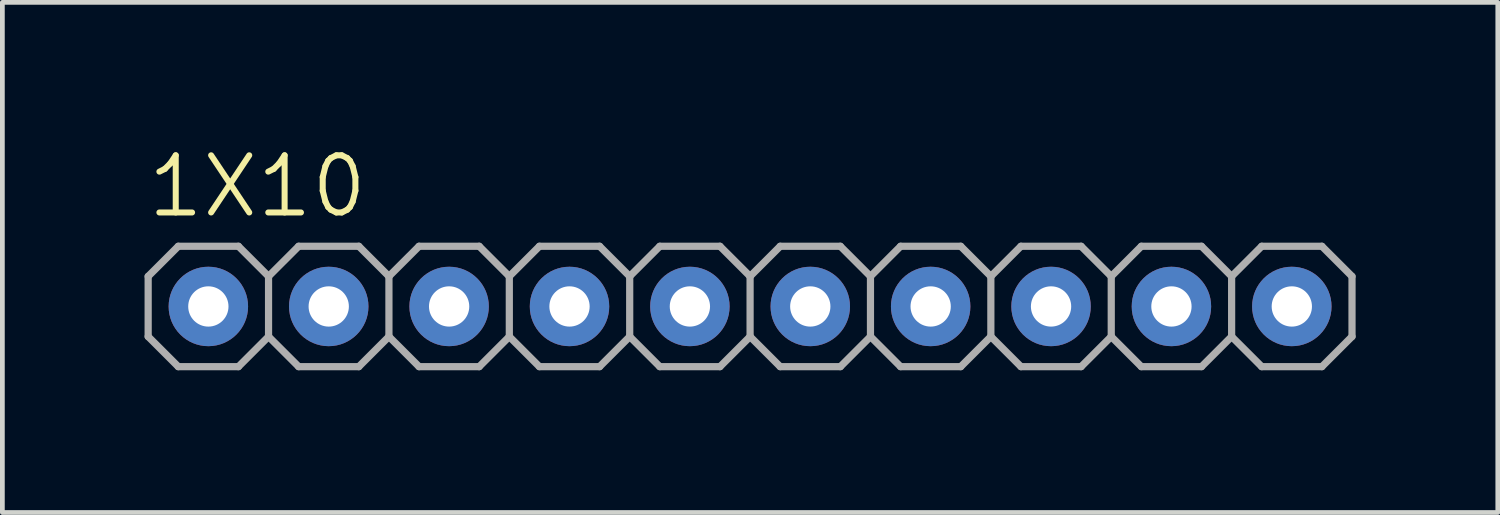
<source format=kicad_pcb>
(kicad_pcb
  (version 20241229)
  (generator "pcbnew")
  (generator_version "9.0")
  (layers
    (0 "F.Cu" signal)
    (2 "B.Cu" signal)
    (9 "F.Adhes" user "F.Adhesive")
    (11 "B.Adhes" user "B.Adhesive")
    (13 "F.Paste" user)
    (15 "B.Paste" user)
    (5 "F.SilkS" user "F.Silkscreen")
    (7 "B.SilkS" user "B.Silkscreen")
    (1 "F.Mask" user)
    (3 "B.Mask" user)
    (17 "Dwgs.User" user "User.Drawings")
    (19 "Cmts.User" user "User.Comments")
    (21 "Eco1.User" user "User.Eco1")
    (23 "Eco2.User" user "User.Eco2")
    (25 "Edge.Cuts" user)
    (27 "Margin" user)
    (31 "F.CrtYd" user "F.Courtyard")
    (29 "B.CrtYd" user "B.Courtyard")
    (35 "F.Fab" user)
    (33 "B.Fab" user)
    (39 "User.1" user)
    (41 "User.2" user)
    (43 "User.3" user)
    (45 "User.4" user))
  (footprint "1X10"
    (layer "F.Cu")
    (at 12.776 3.416)
    (property "Reference" "1X10" (at -12.776 -1.829 0) (layer "F.SilkS") (effects (font (size 1.206 1.206) (thickness 0.127)) (justify left bottom)))
    (attr through_hole)
    (fp_line (start -12.7 -0.635) (end -12.7 0.635) (stroke (width 0.152) (type solid)) (layer "F.Fab"))
    (fp_line (start -12.7 0.635) (end -12.065 1.27) (stroke (width 0.152) (type solid)) (layer "F.Fab"))
    (fp_line (start -12.065 -1.27) (end -12.7 -0.635) (stroke (width 0.152) (type solid)) (layer "F.Fab"))
    (fp_line (start -12.065 -1.27) (end -10.795 -1.27) (stroke (width 0.152) (type solid)) (layer "F.Fab"))
    (fp_line (start -10.795 -1.27) (end -10.16 -0.635) (stroke (width 0.152) (type solid)) (layer "F.Fab"))
    (fp_line (start -10.795 1.27) (end -12.065 1.27) (stroke (width 0.152) (type solid)) (layer "F.Fab"))
    (fp_line (start -10.16 -0.635) (end -10.16 0.635) (stroke (width 0.152) (type solid)) (layer "F.Fab"))
    (fp_line (start -10.16 -0.635) (end -9.525 -1.27) (stroke (width 0.152) (type solid)) (layer "F.Fab"))
    (fp_line (start -10.16 0.635) (end -10.795 1.27) (stroke (width 0.152) (type solid)) (layer "F.Fab"))
    (fp_line (start -9.525 -1.27) (end -8.255 -1.27) (stroke (width 0.152) (type solid)) (layer "F.Fab"))
    (fp_line (start -9.525 1.27) (end -10.16 0.635) (stroke (width 0.152) (type solid)) (layer "F.Fab"))
    (fp_line (start -8.255 -1.27) (end -7.62 -0.635) (stroke (width 0.152) (type solid)) (layer "F.Fab"))
    (fp_line (start -8.255 1.27) (end -9.525 1.27) (stroke (width 0.152) (type solid)) (layer "F.Fab"))
    (fp_line (start -7.62 -0.635) (end -7.62 0.635) (stroke (width 0.152) (type solid)) (layer "F.Fab"))
    (fp_line (start -7.62 -0.635) (end -6.985 -1.27) (stroke (width 0.152) (type solid)) (layer "F.Fab"))
    (fp_line (start -7.62 0.635) (end -8.255 1.27) (stroke (width 0.152) (type solid)) (layer "F.Fab"))
    (fp_line (start -6.985 -1.27) (end -5.715 -1.27) (stroke (width 0.152) (type solid)) (layer "F.Fab"))
    (fp_line (start -6.985 1.27) (end -7.62 0.635) (stroke (width 0.152) (type solid)) (layer "F.Fab"))
    (fp_line (start -5.715 -1.27) (end -5.08 -0.635) (stroke (width 0.152) (type solid)) (layer "F.Fab"))
    (fp_line (start -5.715 1.27) (end -6.985 1.27) (stroke (width 0.152) (type solid)) (layer "F.Fab"))
    (fp_line (start -5.08 -0.635) (end -5.08 0.635) (stroke (width 0.152) (type solid)) (layer "F.Fab"))
    (fp_line (start -5.08 0.635) (end -5.715 1.27) (stroke (width 0.152) (type solid)) (layer "F.Fab"))
    (fp_line (start -5.08 0.635) (end -4.445 1.27) (stroke (width 0.152) (type solid)) (layer "F.Fab"))
    (fp_line (start -4.445 -1.27) (end -5.08 -0.635) (stroke (width 0.152) (type solid)) (layer "F.Fab"))
    (fp_line (start -4.445 -1.27) (end -3.175 -1.27) (stroke (width 0.152) (type solid)) (layer "F.Fab"))
    (fp_line (start -3.175 -1.27) (end -2.54 -0.635) (stroke (width 0.152) (type solid)) (layer "F.Fab"))
    (fp_line (start -3.175 1.27) (end -4.445 1.27) (stroke (width 0.152) (type solid)) (layer "F.Fab"))
    (fp_line (start -2.54 -0.635) (end -2.54 0.635) (stroke (width 0.152) (type solid)) (layer "F.Fab"))
    (fp_line (start -2.54 -0.635) (end -1.905 -1.27) (stroke (width 0.152) (type solid)) (layer "F.Fab"))
    (fp_line (start -2.54 0.635) (end -3.175 1.27) (stroke (width 0.152) (type solid)) (layer "F.Fab"))
    (fp_line (start -1.905 -1.27) (end -0.635 -1.27) (stroke (width 0.152) (type solid)) (layer "F.Fab"))
    (fp_line (start -1.905 1.27) (end -2.54 0.635) (stroke (width 0.152) (type solid)) (layer "F.Fab"))
    (fp_line (start -0.635 -1.27) (end 0 -0.635) (stroke (width 0.152) (type solid)) (layer "F.Fab"))
    (fp_line (start -0.635 1.27) (end -1.905 1.27) (stroke (width 0.152) (type solid)) (layer "F.Fab"))
    (fp_line (start 0 -0.635) (end 0 0.635) (stroke (width 0.152) (type solid)) (layer "F.Fab"))
    (fp_line (start 0 -0.635) (end 0.635 -1.27) (stroke (width 0.152) (type solid)) (layer "F.Fab"))
    (fp_line (start 0 0.635) (end -0.635 1.27) (stroke (width 0.152) (type solid)) (layer "F.Fab"))
    (fp_line (start 0.635 -1.27) (end 1.905 -1.27) (stroke (width 0.152) (type solid)) (layer "F.Fab"))
    (fp_line (start 0.635 1.27) (end 0 0.635) (stroke (width 0.152) (type solid)) (layer "F.Fab"))
    (fp_line (start 1.905 -1.27) (end 2.54 -0.635) (stroke (width 0.152) (type solid)) (layer "F.Fab"))
    (fp_line (start 1.905 1.27) (end 0.635 1.27) (stroke (width 0.152) (type solid)) (layer "F.Fab"))
    (fp_line (start 2.54 -0.635) (end 2.54 0.635) (stroke (width 0.152) (type solid)) (layer "F.Fab"))
    (fp_line (start 2.54 0.635) (end 1.905 1.27) (stroke (width 0.152) (type solid)) (layer "F.Fab"))
    (fp_line (start 2.54 0.635) (end 3.175 1.27) (stroke (width 0.152) (type solid)) (layer "F.Fab"))
    (fp_line (start 3.175 -1.27) (end 2.54 -0.635) (stroke (width 0.152) (type solid)) (layer "F.Fab"))
    (fp_line (start 3.175 -1.27) (end 4.445 -1.27) (stroke (width 0.152) (type solid)) (layer "F.Fab"))
    (fp_line (start 4.445 -1.27) (end 5.08 -0.635) (stroke (width 0.152) (type solid)) (layer "F.Fab"))
    (fp_line (start 4.445 1.27) (end 3.175 1.27) (stroke (width 0.152) (type solid)) (layer "F.Fab"))
    (fp_line (start 5.08 -0.635) (end 5.08 0.635) (stroke (width 0.152) (type solid)) (layer "F.Fab"))
    (fp_line (start 5.08 -0.635) (end 5.715 -1.27) (stroke (width 0.152) (type solid)) (layer "F.Fab"))
    (fp_line (start 5.08 0.635) (end 4.445 1.27) (stroke (width 0.152) (type solid)) (layer "F.Fab"))
    (fp_line (start 5.715 -1.27) (end 6.985 -1.27) (stroke (width 0.152) (type solid)) (layer "F.Fab"))
    (fp_line (start 5.715 1.27) (end 5.08 0.635) (stroke (width 0.152) (type solid)) (layer "F.Fab"))
    (fp_line (start 6.985 -1.27) (end 7.62 -0.635) (stroke (width 0.152) (type solid)) (layer "F.Fab"))
    (fp_line (start 6.985 1.27) (end 5.715 1.27) (stroke (width 0.152) (type solid)) (layer "F.Fab"))
    (fp_line (start 7.62 -0.635) (end 7.62 0.635) (stroke (width 0.152) (type solid)) (layer "F.Fab"))
    (fp_line (start 7.62 -0.635) (end 8.255 -1.27) (stroke (width 0.152) (type solid)) (layer "F.Fab"))
    (fp_line (start 7.62 0.635) (end 6.985 1.27) (stroke (width 0.152) (type solid)) (layer "F.Fab"))
    (fp_line (start 8.255 -1.27) (end 9.525 -1.27) (stroke (width 0.152) (type solid)) (layer "F.Fab"))
    (fp_line (start 8.255 1.27) (end 7.62 0.635) (stroke (width 0.152) (type solid)) (layer "F.Fab"))
    (fp_line (start 9.525 -1.27) (end 10.16 -0.635) (stroke (width 0.152) (type solid)) (layer "F.Fab"))
    (fp_line (start 9.525 1.27) (end 8.255 1.27) (stroke (width 0.152) (type solid)) (layer "F.Fab"))
    (fp_line (start 10.16 -0.635) (end 10.16 0.635) (stroke (width 0.152) (type solid)) (layer "F.Fab"))
    (fp_line (start 10.16 0.635) (end 9.525 1.27) (stroke (width 0.152) (type solid)) (layer "F.Fab"))
    (fp_line (start 10.16 0.635) (end 10.795 1.27) (stroke (width 0.152) (type solid)) (layer "F.Fab"))
    (fp_line (start 10.795 -1.27) (end 10.16 -0.635) (stroke (width 0.152) (type solid)) (layer "F.Fab"))
    (fp_line (start 10.795 -1.27) (end 12.065 -1.27) (stroke (width 0.152) (type solid)) (layer "F.Fab"))
    (fp_line (start 12.065 -1.27) (end 12.7 -0.635) (stroke (width 0.152) (type solid)) (layer "F.Fab"))
    (fp_line (start 12.065 1.27) (end 10.795 1.27) (stroke (width 0.152) (type solid)) (layer "F.Fab"))
    (fp_line (start 12.7 -0.635) (end 12.7 0.635) (stroke (width 0.152) (type solid)) (layer "F.Fab"))
    (fp_line (start 12.7 0.635) (end 12.065 1.27) (stroke (width 0.152) (type solid)) (layer "F.Fab"))
    (fp_poly (pts (xy -11.684 0.254) (xy -11.176 0.254) (xy -11.176 -0.254) (xy -11.684 -0.254)) (stroke (width 0.1) (type solid)) (fill no) (layer "F.Fab"))
    (fp_poly (pts (xy -9.144 0.254) (xy -8.636 0.254) (xy -8.636 -0.254) (xy -9.144 -0.254)) (stroke (width 0.1) (type solid)) (fill no) (layer "F.Fab"))
    (fp_poly (pts (xy -6.604 0.254) (xy -6.096 0.254) (xy -6.096 -0.254) (xy -6.604 -0.254)) (stroke (width 0.1) (type solid)) (fill no) (layer "F.Fab"))
    (fp_poly (pts (xy -4.064 0.254) (xy -3.556 0.254) (xy -3.556 -0.254) (xy -4.064 -0.254)) (stroke (width 0.1) (type solid)) (fill no) (layer "F.Fab"))
    (fp_poly (pts (xy -1.524 0.254) (xy -1.016 0.254) (xy -1.016 -0.254) (xy -1.524 -0.254)) (stroke (width 0.1) (type solid)) (fill no) (layer "F.Fab"))
    (fp_poly (pts (xy 1.016 0.254) (xy 1.524 0.254) (xy 1.524 -0.254) (xy 1.016 -0.254)) (stroke (width 0.1) (type solid)) (fill no) (layer "F.Fab"))
    (fp_poly (pts (xy 3.556 0.254) (xy 4.064 0.254) (xy 4.064 -0.254) (xy 3.556 -0.254)) (stroke (width 0.1) (type solid)) (fill no) (layer "F.Fab"))
    (fp_poly (pts (xy 6.096 0.254) (xy 6.604 0.254) (xy 6.604 -0.254) (xy 6.096 -0.254)) (stroke (width 0.1) (type solid)) (fill no) (layer "F.Fab"))
    (fp_poly (pts (xy 8.636 0.254) (xy 9.144 0.254) (xy 9.144 -0.254) (xy 8.636 -0.254)) (stroke (width 0.1) (type solid)) (fill no) (layer "F.Fab"))
    (fp_poly (pts (xy 11.176 0.254) (xy 11.684 0.254) (xy 11.684 -0.254) (xy 11.176 -0.254)) (stroke (width 0.1) (type solid)) (fill no) (layer "F.Fab"))
    (pad "1" thru_hole circle (at -11.43 0 90) (size 1.676 1.676) (drill 0.85) (layers "*.Cu" "*.Mask"))
    (pad "2" thru_hole circle (at -8.89 0 90) (size 1.676 1.676) (drill 0.85) (layers "*.Cu" "*.Mask"))
    (pad "3" thru_hole circle (at -6.35 0 90) (size 1.676 1.676) (drill 0.85) (layers "*.Cu" "*.Mask"))
    (pad "4" thru_hole circle (at -3.81 0 90) (size 1.676 1.676) (drill 0.85) (layers "*.Cu" "*.Mask"))
    (pad "5" thru_hole circle (at -1.27 0 90) (size 1.676 1.676) (drill 0.85) (layers "*.Cu" "*.Mask"))
    (pad "6" thru_hole circle (at 1.27 0 90) (size 1.676 1.676) (drill 0.85) (layers "*.Cu" "*.Mask"))
    (pad "7" thru_hole circle (at 3.81 0 90) (size 1.676 1.676) (drill 0.85) (layers "*.Cu" "*.Mask"))
    (pad "8" thru_hole circle (at 6.35 0 90) (size 1.676 1.676) (drill 0.85) (layers "*.Cu" "*.Mask"))
    (pad "9" thru_hole circle (at 8.89 0 90) (size 1.676 1.676) (drill 0.85) (layers "*.Cu" "*.Mask"))
    (pad "10" thru_hole circle (at 11.43 0 90) (size 1.676 1.676) (drill 0.85) (layers "*.Cu" "*.Mask")))
  (gr_rect
    (start -3 -3)
    (end 28.552 7.763)
    (stroke (width 0.1) (type default))
    (fill no)
    (layer "Edge.Cuts")))
</source>
